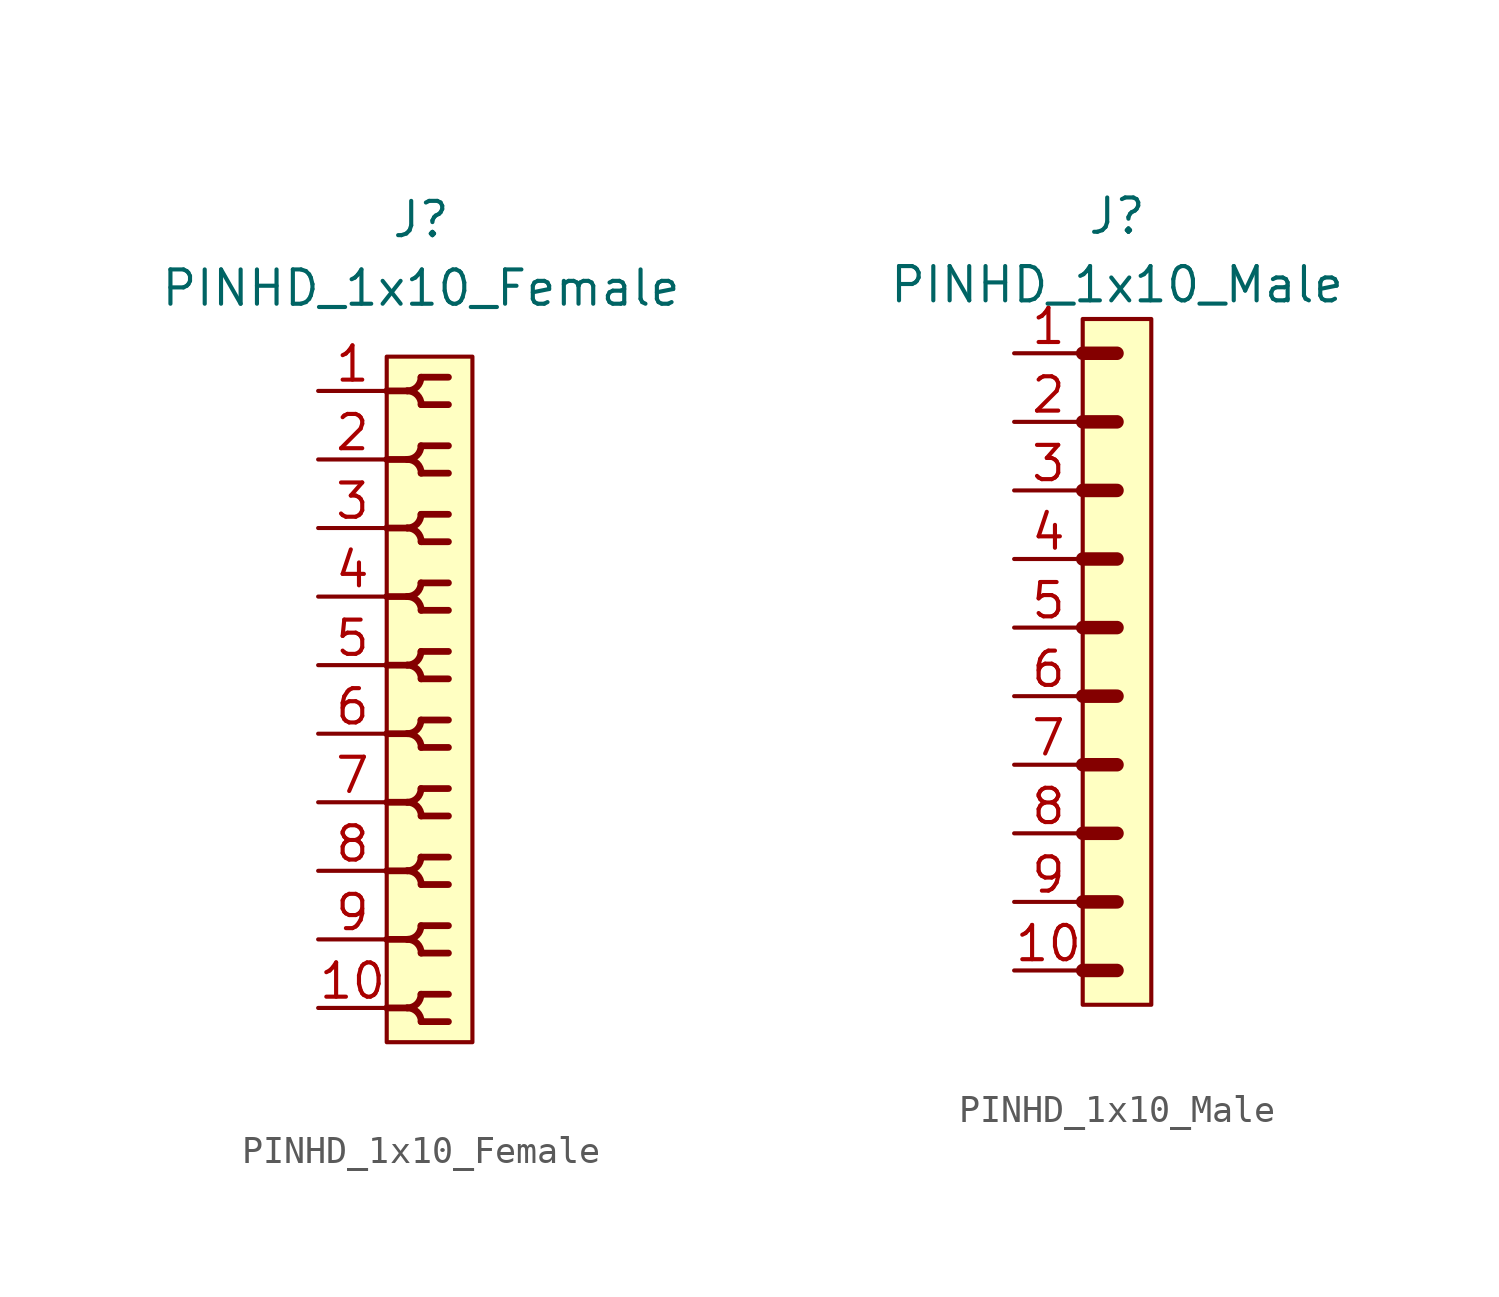
<source format=kicad_sym>
(kicad_symbol_lib
  (version 20211014)
  (generator kicad_symbol_editor)
  (symbol "PINHD_1x10_Female"
    (property "Reference" "J"
      (at 0 17.78 0)
      (effects (font (size 1.27 1.27))))
    (property "Value" "PINHD_1x10_Female"
      (at 0 15.24 0)
      (effects (font (size 1.27 1.27))))
    (symbol "PINHD_1x10_Female_0_1"
      (rectangle (start -1.27 12.7) (end 1.905 -12.7) (stroke (width 0) (type default) (color 0 0 0 0)) (fill (type background)))
      (arc (start -0.508 -11.43) (mid 0.3592 -11.7892) (end 0 -10.922) (stroke (width 0.25) (type default) (color 0 0 0 0)) (fill (type none)))
      (arc (start -0.508 -8.89) (mid 0.3592 -9.2492) (end 0 -8.382) (stroke (width 0.25) (type default) (color 0 0 0 0)) (fill (type none)))
      (arc (start -0.508 -6.35) (mid 0.3592 -6.7092) (end 0 -5.842) (stroke (width 0.25) (type default) (color 0 0 0 0)) (fill (type none)))
      (arc (start -0.508 -3.81) (mid 0.3592 -4.1692) (end 0 -3.302) (stroke (width 0.25) (type default) (color 0 0 0 0)) (fill (type none)))
      (arc (start -0.508 -1.27) (mid 0.3592 -1.6292) (end 0 -0.762) (stroke (width 0.25) (type default) (color 0 0 0 0)) (fill (type none)))
      (arc (start -0.508 1.27) (mid 0.3592 0.9108) (end 0 1.778) (stroke (width 0.25) (type default) (color 0 0 0 0)) (fill (type none)))
      (arc (start -0.508 3.81) (mid 0.3592 3.4508) (end 0 4.318) (stroke (width 0.25) (type default) (color 0 0 0 0)) (fill (type none)))
      (arc (start -0.508 6.35) (mid 0.3592 5.9908) (end 0 6.858) (stroke (width 0.25) (type default) (color 0 0 0 0)) (fill (type none)))
      (arc (start -0.508 8.89) (mid 0.3592 8.5308) (end 0 9.398) (stroke (width 0.25) (type default) (color 0 0 0 0)) (fill (type none)))
      (arc (start -0.508 11.43) (mid 0.3592 11.0708) (end 0 11.938) (stroke (width 0.25) (type default) (color 0 0 0 0)) (fill (type none)))
      (arc (start 0 -11.938) (mid 0.3592 -11.0708) (end -0.508 -11.43) (stroke (width 0.25) (type default) (color 0 0 0 0)) (fill (type none)))
      (arc (start 0 -9.398) (mid 0.3592 -8.5308) (end -0.508 -8.89) (stroke (width 0.25) (type default) (color 0 0 0 0)) (fill (type none)))
      (arc (start 0 -6.858) (mid 0.3592 -5.9908) (end -0.508 -6.35) (stroke (width 0.25) (type default) (color 0 0 0 0)) (fill (type none)))
      (arc (start 0 -4.318) (mid 0.3592 -3.4508) (end -0.508 -3.81) (stroke (width 0.25) (type default) (color 0 0 0 0)) (fill (type none)))
      (arc (start 0 -1.778) (mid 0.3592 -0.9108) (end -0.508 -1.27) (stroke (width 0.25) (type default) (color 0 0 0 0)) (fill (type none)))
      (polyline (pts (xy -1.27 -11.43) (xy -0.508 -11.43)) (stroke (width 0.25) (type default) (color 0 0 0 0)) (fill (type none)))
      (polyline (pts (xy -1.27 -8.89) (xy -0.508 -8.89)) (stroke (width 0.25) (type default) (color 0 0 0 0)) (fill (type none)))
      (polyline (pts (xy -1.27 -6.35) (xy -0.508 -6.35)) (stroke (width 0.25) (type default) (color 0 0 0 0)) (fill (type none)))
      (polyline (pts (xy -1.27 -3.81) (xy -0.508 -3.81)) (stroke (width 0.25) (type default) (color 0 0 0 0)) (fill (type none)))
      (polyline (pts (xy -1.27 -1.27) (xy -0.508 -1.27)) (stroke (width 0.25) (type default) (color 0 0 0 0)) (fill (type none)))
      (polyline (pts (xy -1.27 1.27) (xy -0.508 1.27)) (stroke (width 0.25) (type default) (color 0 0 0 0)) (fill (type none)))
      (polyline (pts (xy -1.27 3.81) (xy -0.508 3.81)) (stroke (width 0.25) (type default) (color 0 0 0 0)) (fill (type none)))
      (polyline (pts (xy -1.27 6.35) (xy -0.508 6.35)) (stroke (width 0.25) (type default) (color 0 0 0 0)) (fill (type none)))
      (polyline (pts (xy -1.27 8.89) (xy -0.508 8.89)) (stroke (width 0.25) (type default) (color 0 0 0 0)) (fill (type none)))
      (polyline (pts (xy -1.27 11.43) (xy -0.508 11.43)) (stroke (width 0.25) (type default) (color 0 0 0 0)) (fill (type none)))
      (polyline (pts (xy 0 -11.938) (xy 1.016 -11.938)) (stroke (width 0.25) (type default) (color 0 0 0 0)) (fill (type none)))
      (polyline (pts (xy 0 -10.922) (xy 1.016 -10.922)) (stroke (width 0.25) (type default) (color 0 0 0 0)) (fill (type none)))
      (polyline (pts (xy 0 -9.398) (xy 1.016 -9.398)) (stroke (width 0.25) (type default) (color 0 0 0 0)) (fill (type none)))
      (polyline (pts (xy 0 -8.382) (xy 1.016 -8.382)) (stroke (width 0.25) (type default) (color 0 0 0 0)) (fill (type none)))
      (polyline (pts (xy 0 -6.858) (xy 1.016 -6.858)) (stroke (width 0.25) (type default) (color 0 0 0 0)) (fill (type none)))
      (polyline (pts (xy 0 -5.842) (xy 1.016 -5.842)) (stroke (width 0.25) (type default) (color 0 0 0 0)) (fill (type none)))
      (polyline (pts (xy 0 -4.318) (xy 1.016 -4.318)) (stroke (width 0.25) (type default) (color 0 0 0 0)) (fill (type none)))
      (polyline (pts (xy 0 -3.302) (xy 1.016 -3.302)) (stroke (width 0.25) (type default) (color 0 0 0 0)) (fill (type none)))
      (polyline (pts (xy 0 -1.778) (xy 1.016 -1.778)) (stroke (width 0.25) (type default) (color 0 0 0 0)) (fill (type none)))
      (polyline (pts (xy 0 -0.762) (xy 1.016 -0.762)) (stroke (width 0.25) (type default) (color 0 0 0 0)) (fill (type none)))
      (polyline (pts (xy 0 0.762) (xy 1.016 0.762)) (stroke (width 0.25) (type default) (color 0 0 0 0)) (fill (type none)))
      (polyline (pts (xy 0 1.778) (xy 1.016 1.778)) (stroke (width 0.25) (type default) (color 0 0 0 0)) (fill (type none)))
      (polyline (pts (xy 0 3.302) (xy 1.016 3.302)) (stroke (width 0.25) (type default) (color 0 0 0 0)) (fill (type none)))
      (polyline (pts (xy 0 4.318) (xy 1.016 4.318)) (stroke (width 0.25) (type default) (color 0 0 0 0)) (fill (type none)))
      (polyline (pts (xy 0 5.842) (xy 1.016 5.842)) (stroke (width 0.25) (type default) (color 0 0 0 0)) (fill (type none)))
      (polyline (pts (xy 0 6.858) (xy 1.016 6.858)) (stroke (width 0.25) (type default) (color 0 0 0 0)) (fill (type none)))
      (polyline (pts (xy 0 8.382) (xy 1.016 8.382)) (stroke (width 0.25) (type default) (color 0 0 0 0)) (fill (type none)))
      (polyline (pts (xy 0 9.398) (xy 1.016 9.398)) (stroke (width 0.25) (type default) (color 0 0 0 0)) (fill (type none)))
      (polyline (pts (xy 0 10.922) (xy 1.016 10.922)) (stroke (width 0.25) (type default) (color 0 0 0 0)) (fill (type none)))
      (polyline (pts (xy 0 11.938) (xy 1.016 11.938)) (stroke (width 0.25) (type default) (color 0 0 0 0)) (fill (type none)))
      (arc (start 0 0.762) (mid 0.3592 1.6292) (end -0.508 1.27) (stroke (width 0.25) (type default) (color 0 0 0 0)) (fill (type none)))
      (arc (start 0 3.302) (mid 0.3592 4.1692) (end -0.508 3.81) (stroke (width 0.25) (type default) (color 0 0 0 0)) (fill (type none)))
      (arc (start 0 5.842) (mid 0.3592 6.7092) (end -0.508 6.35) (stroke (width 0.25) (type default) (color 0 0 0 0)) (fill (type none)))
      (arc (start 0 8.382) (mid 0.3592 9.2492) (end -0.508 8.89) (stroke (width 0.25) (type default) (color 0 0 0 0)) (fill (type none)))
      (arc (start 0 10.922) (mid 0.3592 11.7892) (end -0.508 11.43) (stroke (width 0.25) (type default) (color 0 0 0 0)) (fill (type none))))
    (symbol "PINHD_1x10_Female_1_1"
      (pin passive line (at -3.81 11.43 0) (length 2.54) (name "" (effects (font (size 1.27 1.27)))) (number "1" (effects (font (size 1.27 1.27)))))
      (pin passive line (at -3.81 -11.43 0) (length 2.54) (name "" (effects (font (size 1.27 1.27)))) (number "10" (effects (font (size 1.27 1.27)))))
      (pin passive line (at -3.81 8.89 0) (length 2.54) (name "" (effects (font (size 1.27 1.27)))) (number "2" (effects (font (size 1.27 1.27)))))
      (pin passive line (at -3.81 6.35 0) (length 2.54) (name "" (effects (font (size 1.27 1.27)))) (number "3" (effects (font (size 1.27 1.27)))))
      (pin passive line (at -3.81 3.81 0) (length 2.54) (name "" (effects (font (size 1.27 1.27)))) (number "4" (effects (font (size 1.27 1.27)))))
      (pin passive line (at -3.81 1.27 0) (length 2.54) (name "" (effects (font (size 1.27 1.27)))) (number "5" (effects (font (size 1.27 1.27)))))
      (pin passive line (at -3.81 -1.27 0) (length 2.54) (name "" (effects (font (size 1.27 1.27)))) (number "6" (effects (font (size 1.27 1.27)))))
      (pin passive line (at -3.81 -3.81 0) (length 2.54) (name "" (effects (font (size 1.27 1.27)))) (number "7" (effects (font (size 1.27 1.27)))))
      (pin passive line (at -3.81 -6.35 0) (length 2.54) (name "" (effects (font (size 1.27 1.27)))) (number "8" (effects (font (size 1.27 1.27)))))
      (pin passive line (at -3.81 -8.89 0) (length 2.54) (name "" (effects (font (size 1.27 1.27)))) (number "9" (effects (font (size 1.27 1.27)))))))
  (symbol "PINHD_1x10_Male"
    (property "Reference" "J"
      (at 0 16.51 0)
      (effects (font (size 1.27 1.27))))
    (property "Value" "PINHD_1x10_Male"
      (at 0 13.97 0)
      (effects (font (size 1.27 1.27))))
    (symbol "PINHD_1x10_Male_0_1"
      (rectangle (start -1.27 12.7) (end 1.27 -12.7) (stroke (width 0) (type default) (color 0 0 0 0)) (fill (type background)))
      (polyline (pts (xy -1.27 -11.43) (xy 0 -11.43)) (stroke (width 0.3) (type default) (color 0 0 0 0)) (fill (type none)))
      (polyline (pts (xy -1.27 -11.43) (xy 0 -11.43)) (stroke (width 0.5) (type default) (color 0 0 0 0)) (fill (type none)))
      (polyline (pts (xy -1.27 -8.89) (xy 0 -8.89)) (stroke (width 0.3) (type default) (color 0 0 0 0)) (fill (type none)))
      (polyline (pts (xy -1.27 -8.89) (xy 0 -8.89)) (stroke (width 0.5) (type default) (color 0 0 0 0)) (fill (type none)))
      (polyline (pts (xy -1.27 -6.35) (xy 0 -6.35)) (stroke (width 0.3) (type default) (color 0 0 0 0)) (fill (type none)))
      (polyline (pts (xy -1.27 -6.35) (xy 0 -6.35)) (stroke (width 0.5) (type default) (color 0 0 0 0)) (fill (type none)))
      (polyline (pts (xy -1.27 -3.81) (xy 0 -3.81)) (stroke (width 0.3) (type default) (color 0 0 0 0)) (fill (type none)))
      (polyline (pts (xy -1.27 -3.81) (xy 0 -3.81)) (stroke (width 0.5) (type default) (color 0 0 0 0)) (fill (type none)))
      (polyline (pts (xy -1.27 -1.27) (xy 0 -1.27)) (stroke (width 0.3) (type default) (color 0 0 0 0)) (fill (type none)))
      (polyline (pts (xy -1.27 -1.27) (xy 0 -1.27)) (stroke (width 0.5) (type default) (color 0 0 0 0)) (fill (type none)))
      (polyline (pts (xy -1.27 1.27) (xy 0 1.27)) (stroke (width 0.3) (type default) (color 0 0 0 0)) (fill (type none)))
      (polyline (pts (xy -1.27 1.27) (xy 0 1.27)) (stroke (width 0.5) (type default) (color 0 0 0 0)) (fill (type none)))
      (polyline (pts (xy -1.27 3.81) (xy 0 3.81)) (stroke (width 0.3) (type default) (color 0 0 0 0)) (fill (type none)))
      (polyline (pts (xy -1.27 3.81) (xy 0 3.81)) (stroke (width 0.5) (type default) (color 0 0 0 0)) (fill (type none)))
      (polyline (pts (xy -1.27 6.35) (xy 0 6.35)) (stroke (width 0.3) (type default) (color 0 0 0 0)) (fill (type none)))
      (polyline (pts (xy -1.27 6.35) (xy 0 6.35)) (stroke (width 0.5) (type default) (color 0 0 0 0)) (fill (type none)))
      (polyline (pts (xy -1.27 8.89) (xy 0 8.89)) (stroke (width 0.3) (type default) (color 0 0 0 0)) (fill (type none)))
      (polyline (pts (xy -1.27 8.89) (xy 0 8.89)) (stroke (width 0.5) (type default) (color 0 0 0 0)) (fill (type none)))
      (polyline (pts (xy -1.27 11.43) (xy 0 11.43)) (stroke (width 0.5) (type default) (color 0 0 0 0)) (fill (type none))))
    (symbol "PINHD_1x10_Male_1_1"
      (pin passive line (at -3.81 11.43 0) (length 2.54) (name "" (effects (font (size 1.27 1.27)))) (number "1" (effects (font (size 1.27 1.27)))))
      (pin passive line (at -3.81 -11.43 0) (length 2.54) (name "" (effects (font (size 1.27 1.27)))) (number "10" (effects (font (size 1.27 1.27)))))
      (pin passive line (at -3.81 8.89 0) (length 2.54) (name "" (effects (font (size 1.27 1.27)))) (number "2" (effects (font (size 1.27 1.27)))))
      (pin passive line (at -3.81 6.35 0) (length 2.54) (name "" (effects (font (size 1.27 1.27)))) (number "3" (effects (font (size 1.27 1.27)))))
      (pin passive line (at -3.81 3.81 0) (length 2.54) (name "" (effects (font (size 1.27 1.27)))) (number "4" (effects (font (size 1.27 1.27)))))
      (pin passive line (at -3.81 1.27 0) (length 2.54) (name "" (effects (font (size 1.27 1.27)))) (number "5" (effects (font (size 1.27 1.27)))))
      (pin passive line (at -3.81 -1.27 0) (length 2.54) (name "" (effects (font (size 1.27 1.27)))) (number "6" (effects (font (size 1.27 1.27)))))
      (pin passive line (at -3.81 -3.81 0) (length 2.54) (name "" (effects (font (size 1.27 1.27)))) (number "7" (effects (font (size 1.27 1.27)))))
      (pin passive line (at -3.81 -6.35 0) (length 2.54) (name "" (effects (font (size 1.27 1.27)))) (number "8" (effects (font (size 1.27 1.27)))))
      (pin passive line (at -3.81 -8.89 0) (length 2.54) (name "" (effects (font (size 1.27 1.27)))) (number "9" (effects (font (size 1.27 1.27))))))))
</source>
